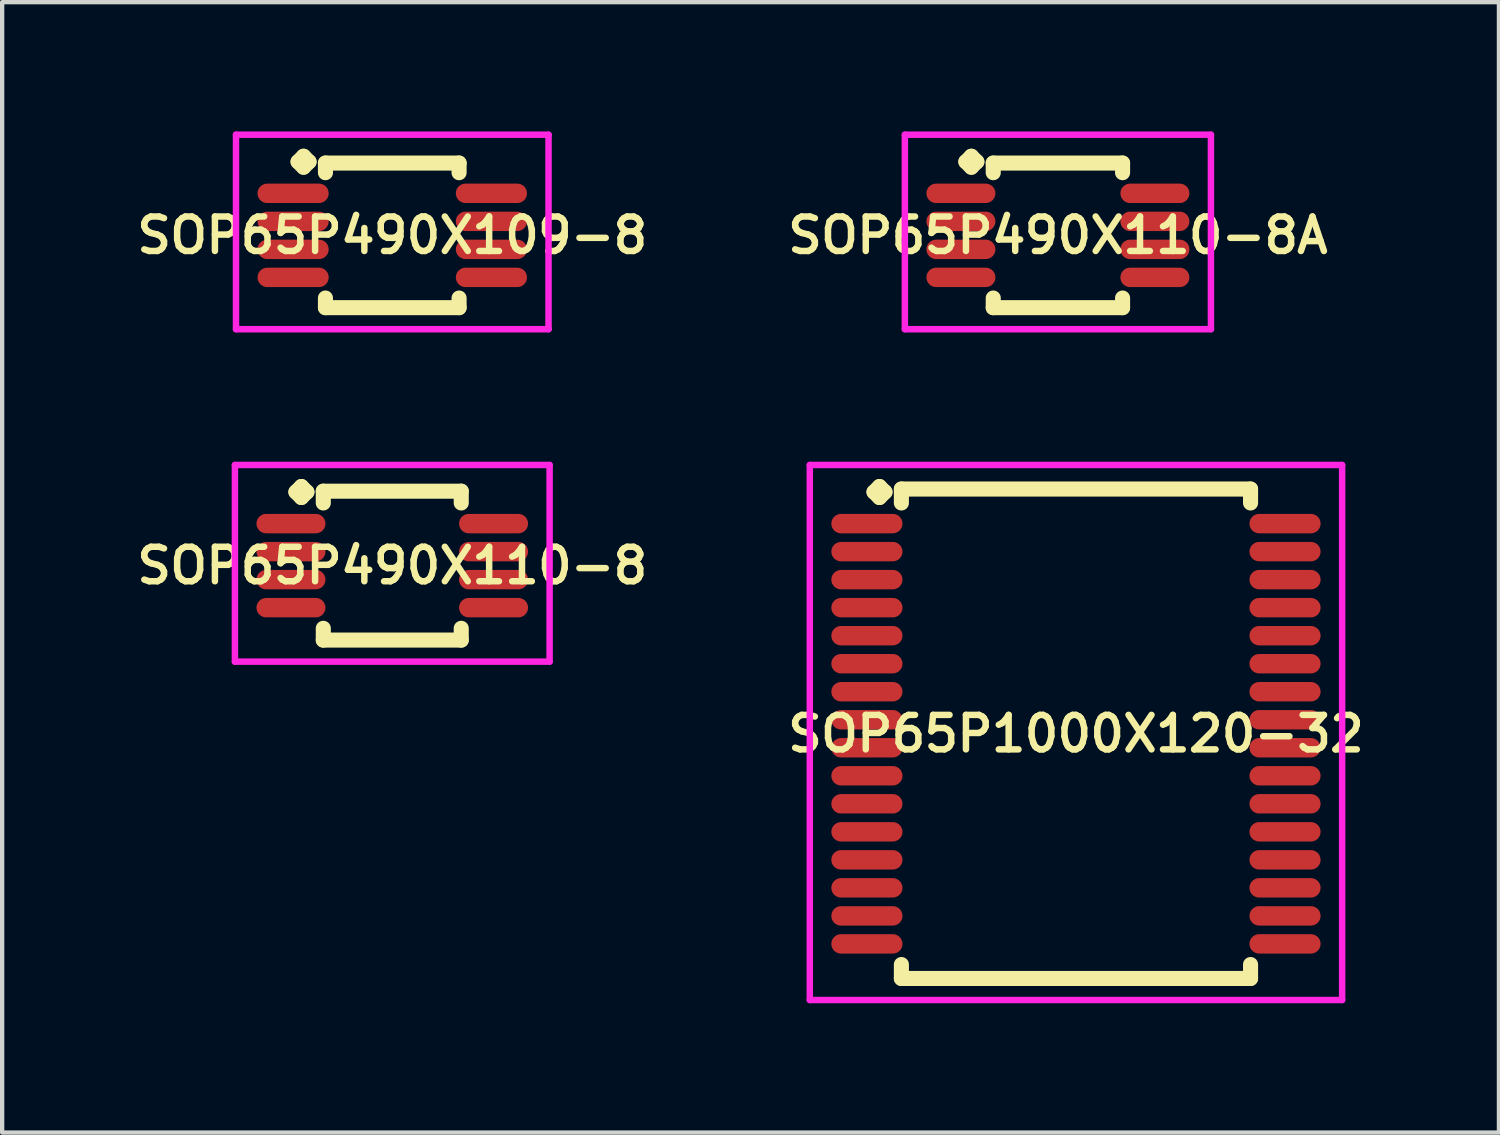
<source format=kicad_pcb>
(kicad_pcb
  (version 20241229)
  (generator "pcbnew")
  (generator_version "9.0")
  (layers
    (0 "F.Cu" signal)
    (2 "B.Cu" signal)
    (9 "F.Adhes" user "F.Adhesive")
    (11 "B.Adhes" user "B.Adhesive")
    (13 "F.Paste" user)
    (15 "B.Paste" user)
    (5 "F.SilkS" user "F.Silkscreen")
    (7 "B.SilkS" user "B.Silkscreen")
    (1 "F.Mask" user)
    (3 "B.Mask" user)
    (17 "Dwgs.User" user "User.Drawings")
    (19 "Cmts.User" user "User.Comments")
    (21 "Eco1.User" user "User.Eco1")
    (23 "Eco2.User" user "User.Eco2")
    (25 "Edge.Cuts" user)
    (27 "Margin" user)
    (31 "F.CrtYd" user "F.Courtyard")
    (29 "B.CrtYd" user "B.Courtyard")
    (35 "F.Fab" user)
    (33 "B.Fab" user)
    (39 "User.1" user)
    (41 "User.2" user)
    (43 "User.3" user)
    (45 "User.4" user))
  (footprint "SOP65P490X109-8"
    (layer "F.Cu")
    (at 6.05 2.41)
    (property "Reference" "SOP65P490X109-8" (at 0 0 0) (layer "F.SilkS") (effects (font (size 0.8 0.8) (thickness 0.15))))
    (attr smd)
    (fp_line (start -2.185 -1.708) (end -2.058 -1.835) (stroke (width 0.35) (type solid)) (layer "F.SilkS"))
    (fp_line (start -2.058 -1.835) (end -1.931 -1.708) (stroke (width 0.35) (type solid)) (layer "F.SilkS"))
    (fp_line (start -2.058 -1.581) (end -2.185 -1.708) (stroke (width 0.35) (type solid)) (layer "F.SilkS"))
    (fp_line (start -1.931 -1.708) (end -2.058 -1.581) (stroke (width 0.35) (type solid)) (layer "F.SilkS"))
    (fp_line (start -1.55 -1.677) (end 1.55 -1.677) (stroke (width 0.35) (type solid)) (layer "F.SilkS"))
    (fp_line (start -1.55 -1.454) (end -1.55 -1.677) (stroke (width 0.35) (type solid)) (layer "F.SilkS"))
    (fp_line (start -1.55 1.454) (end -1.55 1.677) (stroke (width 0.35) (type solid)) (layer "F.SilkS"))
    (fp_line (start -1.55 1.677) (end 1.55 1.677) (stroke (width 0.35) (type solid)) (layer "F.SilkS"))
    (fp_line (start 1.55 -1.677) (end 1.55 -1.454) (stroke (width 0.35) (type solid)) (layer "F.SilkS"))
    (fp_line (start 1.55 1.677) (end 1.55 1.454) (stroke (width 0.35) (type solid)) (layer "F.SilkS"))
    (fp_line (start -3.625 -2.335) (end 3.625 -2.335) (stroke (width 0.15) (type solid)) (layer "F.CrtYd"))
    (fp_line (start -3.625 2.177) (end -3.625 -2.335) (stroke (width 0.15) (type solid)) (layer "F.CrtYd"))
    (fp_line (start 3.625 -2.335) (end 3.625 2.177) (stroke (width 0.15) (type solid)) (layer "F.CrtYd"))
    (fp_line (start 3.625 2.177) (end -3.625 2.177) (stroke (width 0.15) (type solid)) (layer "F.CrtYd"))
    (pad "1" smd oval (at -2.3 -0.975) (size 1.65 0.45) (layers "F.Cu" "F.Mask" "F.Paste"))
    (pad "2" smd oval (at -2.3 -0.325) (size 1.65 0.45) (layers "F.Cu" "F.Mask" "F.Paste"))
    (pad "3" smd oval (at -2.3 0.325) (size 1.65 0.45) (layers "F.Cu" "F.Mask" "F.Paste"))
    (pad "4" smd oval (at -2.3 0.975) (size 1.65 0.45) (layers "F.Cu" "F.Mask" "F.Paste"))
    (pad "5" smd oval (at 2.3 0.975) (size 1.65 0.45) (layers "F.Cu" "F.Mask" "F.Paste"))
    (pad "6" smd oval (at 2.3 0.325) (size 1.65 0.45) (layers "F.Cu" "F.Mask" "F.Paste"))
    (pad "7" smd oval (at 2.3 -0.325) (size 1.65 0.45) (layers "F.Cu" "F.Mask" "F.Paste"))
    (pad "8" smd oval (at 2.3 -0.975) (size 1.65 0.45) (layers "F.Cu" "F.Mask" "F.Paste")))
  (footprint "SOP65P490X110-8"
    (layer "F.Cu")
    (at 6.05 10.072)
    (property "Reference" "SOP65P490X110-8" (at 0 0 0) (layer "F.SilkS") (effects (font (size 0.8 0.8) (thickness 0.15))))
    (attr smd)
    (fp_line (start -2.235 -1.708) (end -2.108 -1.835) (stroke (width 0.35) (type solid)) (layer "F.SilkS"))
    (fp_line (start -2.108 -1.835) (end -1.981 -1.708) (stroke (width 0.35) (type solid)) (layer "F.SilkS"))
    (fp_line (start -2.108 -1.581) (end -2.235 -1.708) (stroke (width 0.35) (type solid)) (layer "F.SilkS"))
    (fp_line (start -1.981 -1.708) (end -2.108 -1.581) (stroke (width 0.35) (type solid)) (layer "F.SilkS"))
    (fp_line (start -1.6 -1.727) (end 1.6 -1.727) (stroke (width 0.35) (type solid)) (layer "F.SilkS"))
    (fp_line (start -1.6 -1.454) (end -1.6 -1.727) (stroke (width 0.35) (type solid)) (layer "F.SilkS"))
    (fp_line (start -1.6 1.454) (end -1.6 1.727) (stroke (width 0.35) (type solid)) (layer "F.SilkS"))
    (fp_line (start -1.6 1.727) (end 1.6 1.727) (stroke (width 0.35) (type solid)) (layer "F.SilkS"))
    (fp_line (start 1.6 -1.727) (end 1.6 -1.454) (stroke (width 0.35) (type solid)) (layer "F.SilkS"))
    (fp_line (start 1.6 1.727) (end 1.6 1.454) (stroke (width 0.35) (type solid)) (layer "F.SilkS"))
    (fp_line (start -3.65 -2.335) (end 3.65 -2.335) (stroke (width 0.15) (type solid)) (layer "F.CrtYd"))
    (fp_line (start -3.65 2.227) (end -3.65 -2.335) (stroke (width 0.15) (type solid)) (layer "F.CrtYd"))
    (fp_line (start 3.65 -2.335) (end 3.65 2.227) (stroke (width 0.15) (type solid)) (layer "F.CrtYd"))
    (fp_line (start 3.65 2.227) (end -3.65 2.227) (stroke (width 0.15) (type solid)) (layer "F.CrtYd"))
    (pad "1" smd oval (at -2.35 -0.975) (size 1.6 0.45) (layers "F.Cu" "F.Mask" "F.Paste"))
    (pad "2" smd oval (at -2.35 -0.325) (size 1.6 0.45) (layers "F.Cu" "F.Mask" "F.Paste"))
    (pad "3" smd oval (at -2.35 0.325) (size 1.6 0.45) (layers "F.Cu" "F.Mask" "F.Paste"))
    (pad "4" smd oval (at -2.35 0.975) (size 1.6 0.45) (layers "F.Cu" "F.Mask" "F.Paste"))
    (pad "5" smd oval (at 2.35 0.975) (size 1.6 0.45) (layers "F.Cu" "F.Mask" "F.Paste"))
    (pad "6" smd oval (at 2.35 0.325) (size 1.6 0.45) (layers "F.Cu" "F.Mask" "F.Paste"))
    (pad "7" smd oval (at 2.35 -0.325) (size 1.6 0.45) (layers "F.Cu" "F.Mask" "F.Paste"))
    (pad "8" smd oval (at 2.35 -0.975) (size 1.6 0.45) (layers "F.Cu" "F.Mask" "F.Paste")))
  (footprint "SOP65P1000X120-32"
    (layer "F.Cu")
    (at 21.911 13.972)
    (property "Reference" "SOP65P1000X120-32" (at 0 0 0) (layer "F.SilkS") (effects (font (size 0.8 0.8) (thickness 0.15))))
    (attr through_hole)
    (fp_line (start -4.685 -5.608) (end -4.558 -5.735) (stroke (width 0.35) (type solid)) (layer "F.SilkS"))
    (fp_line (start -4.558 -5.735) (end -4.431 -5.608) (stroke (width 0.35) (type solid)) (layer "F.SilkS"))
    (fp_line (start -4.558 -5.481) (end -4.685 -5.608) (stroke (width 0.35) (type solid)) (layer "F.SilkS"))
    (fp_line (start -4.431 -5.608) (end -4.558 -5.481) (stroke (width 0.35) (type solid)) (layer "F.SilkS"))
    (fp_line (start -4.05 -5.677) (end 4.05 -5.677) (stroke (width 0.35) (type solid)) (layer "F.SilkS"))
    (fp_line (start -4.05 -5.354) (end -4.05 -5.677) (stroke (width 0.35) (type solid)) (layer "F.SilkS"))
    (fp_line (start -4.05 5.354) (end -4.05 5.677) (stroke (width 0.35) (type solid)) (layer "F.SilkS"))
    (fp_line (start -4.05 5.677) (end 4.05 5.677) (stroke (width 0.35) (type solid)) (layer "F.SilkS"))
    (fp_line (start 4.05 -5.677) (end 4.05 -5.354) (stroke (width 0.35) (type solid)) (layer "F.SilkS"))
    (fp_line (start 4.05 5.677) (end 4.05 5.354) (stroke (width 0.35) (type solid)) (layer "F.SilkS"))
    (fp_line (start -6.175 -6.235) (end 6.175 -6.235) (stroke (width 0.15) (type solid)) (layer "F.CrtYd"))
    (fp_line (start -6.175 6.177) (end -6.175 -6.235) (stroke (width 0.15) (type solid)) (layer "F.CrtYd"))
    (fp_line (start 6.175 -6.235) (end 6.175 6.177) (stroke (width 0.15) (type solid)) (layer "F.CrtYd"))
    (fp_line (start 6.175 6.177) (end -6.175 6.177) (stroke (width 0.15) (type solid)) (layer "F.CrtYd"))
    (pad "1" smd oval (at -4.85 -4.875) (size 1.65 0.45) (layers "F.Cu" "F.Mask" "F.Paste"))
    (pad "2" smd oval (at -4.85 -4.225) (size 1.65 0.45) (layers "F.Cu" "F.Mask" "F.Paste"))
    (pad "3" smd oval (at -4.85 -3.575) (size 1.65 0.45) (layers "F.Cu" "F.Mask" "F.Paste"))
    (pad "4" smd oval (at -4.85 -2.925) (size 1.65 0.45) (layers "F.Cu" "F.Mask" "F.Paste"))
    (pad "5" smd oval (at -4.85 -2.275) (size 1.65 0.45) (layers "F.Cu" "F.Mask" "F.Paste"))
    (pad "6" smd oval (at -4.85 -1.625) (size 1.65 0.45) (layers "F.Cu" "F.Mask" "F.Paste"))
    (pad "7" smd oval (at -4.85 -0.975) (size 1.65 0.45) (layers "F.Cu" "F.Mask" "F.Paste"))
    (pad "8" smd oval (at -4.85 -0.325) (size 1.65 0.45) (layers "F.Cu" "F.Mask" "F.Paste"))
    (pad "9" smd oval (at -4.85 0.325) (size 1.65 0.45) (layers "F.Cu" "F.Mask" "F.Paste"))
    (pad "10" smd oval (at -4.85 0.975) (size 1.65 0.45) (layers "F.Cu" "F.Mask" "F.Paste"))
    (pad "11" smd oval (at -4.85 1.625) (size 1.65 0.45) (layers "F.Cu" "F.Mask" "F.Paste"))
    (pad "12" smd oval (at -4.85 2.275) (size 1.65 0.45) (layers "F.Cu" "F.Mask" "F.Paste"))
    (pad "13" smd oval (at -4.85 2.925) (size 1.65 0.45) (layers "F.Cu" "F.Mask" "F.Paste"))
    (pad "14" smd oval (at -4.85 3.575) (size 1.65 0.45) (layers "F.Cu" "F.Mask" "F.Paste"))
    (pad "15" smd oval (at -4.85 4.225) (size 1.65 0.45) (layers "F.Cu" "F.Mask" "F.Paste"))
    (pad "16" smd oval (at -4.85 4.875) (size 1.65 0.45) (layers "F.Cu" "F.Mask" "F.Paste"))
    (pad "17" smd oval (at 4.85 4.875) (size 1.65 0.45) (layers "F.Cu" "F.Mask" "F.Paste"))
    (pad "18" smd oval (at 4.85 4.225) (size 1.65 0.45) (layers "F.Cu" "F.Mask" "F.Paste"))
    (pad "19" smd oval (at 4.85 3.575) (size 1.65 0.45) (layers "F.Cu" "F.Mask" "F.Paste"))
    (pad "20" smd oval (at 4.85 2.925) (size 1.65 0.45) (layers "F.Cu" "F.Mask" "F.Paste"))
    (pad "21" smd oval (at 4.85 2.275) (size 1.65 0.45) (layers "F.Cu" "F.Mask" "F.Paste"))
    (pad "22" smd oval (at 4.85 1.625) (size 1.65 0.45) (layers "F.Cu" "F.Mask" "F.Paste"))
    (pad "23" smd oval (at 4.85 0.975) (size 1.65 0.45) (layers "F.Cu" "F.Mask" "F.Paste"))
    (pad "24" smd oval (at 4.85 0.325) (size 1.65 0.45) (layers "F.Cu" "F.Mask" "F.Paste"))
    (pad "25" smd oval (at 4.85 -0.325) (size 1.65 0.45) (layers "F.Cu" "F.Mask" "F.Paste"))
    (pad "26" smd oval (at 4.85 -0.975) (size 1.65 0.45) (layers "F.Cu" "F.Mask" "F.Paste"))
    (pad "27" smd oval (at 4.85 -1.625) (size 1.65 0.45) (layers "F.Cu" "F.Mask" "F.Paste"))
    (pad "28" smd oval (at 4.85 -2.275) (size 1.65 0.45) (layers "F.Cu" "F.Mask" "F.Paste"))
    (pad "29" smd oval (at 4.85 -2.925) (size 1.65 0.45) (layers "F.Cu" "F.Mask" "F.Paste"))
    (pad "30" smd oval (at 4.85 -3.575) (size 1.65 0.45) (layers "F.Cu" "F.Mask" "F.Paste"))
    (pad "31" smd oval (at 4.85 -4.225) (size 1.65 0.45) (layers "F.Cu" "F.Mask" "F.Paste"))
    (pad "32" smd oval (at 4.85 -4.875) (size 1.65 0.45) (layers "F.Cu" "F.Mask" "F.Paste")))
  (footprint "SOP65P490X110-8A"
    (layer "F.Cu")
    (at 21.492 2.41)
    (property "Reference" "SOP65P490X110-8A" (at 0 0 0) (layer "F.SilkS") (effects (font (size 0.8 0.8) (thickness 0.15))))
    (attr through_hole)
    (fp_line (start -2.135 -1.708) (end -2.008 -1.835) (stroke (width 0.35) (type solid)) (layer "F.SilkS"))
    (fp_line (start -2.008 -1.835) (end -1.881 -1.708) (stroke (width 0.35) (type solid)) (layer "F.SilkS"))
    (fp_line (start -2.008 -1.581) (end -2.135 -1.708) (stroke (width 0.35) (type solid)) (layer "F.SilkS"))
    (fp_line (start -1.881 -1.708) (end -2.008 -1.581) (stroke (width 0.35) (type solid)) (layer "F.SilkS"))
    (fp_line (start -1.5 -1.677) (end 1.5 -1.677) (stroke (width 0.35) (type solid)) (layer "F.SilkS"))
    (fp_line (start -1.5 -1.454) (end -1.5 -1.677) (stroke (width 0.35) (type solid)) (layer "F.SilkS"))
    (fp_line (start -1.5 1.454) (end -1.5 1.677) (stroke (width 0.35) (type solid)) (layer "F.SilkS"))
    (fp_line (start -1.5 1.677) (end 1.5 1.677) (stroke (width 0.35) (type solid)) (layer "F.SilkS"))
    (fp_line (start 1.5 -1.677) (end 1.5 -1.454) (stroke (width 0.35) (type solid)) (layer "F.SilkS"))
    (fp_line (start 1.5 1.677) (end 1.5 1.454) (stroke (width 0.35) (type solid)) (layer "F.SilkS"))
    (fp_line (start -3.55 -2.335) (end 3.55 -2.335) (stroke (width 0.15) (type solid)) (layer "F.CrtYd"))
    (fp_line (start -3.55 2.177) (end -3.55 -2.335) (stroke (width 0.15) (type solid)) (layer "F.CrtYd"))
    (fp_line (start 3.55 -2.335) (end 3.55 2.177) (stroke (width 0.15) (type solid)) (layer "F.CrtYd"))
    (fp_line (start 3.55 2.177) (end -3.55 2.177) (stroke (width 0.15) (type solid)) (layer "F.CrtYd"))
    (pad "1" smd oval (at -2.25 -0.975) (size 1.6 0.45) (layers "F.Cu" "F.Mask" "F.Paste"))
    (pad "2" smd oval (at -2.25 -0.325) (size 1.6 0.45) (layers "F.Cu" "F.Mask" "F.Paste"))
    (pad "3" smd oval (at -2.25 0.325) (size 1.6 0.45) (layers "F.Cu" "F.Mask" "F.Paste"))
    (pad "4" smd oval (at -2.25 0.975) (size 1.6 0.45) (layers "F.Cu" "F.Mask" "F.Paste"))
    (pad "5" smd oval (at 2.25 0.975) (size 1.6 0.45) (layers "F.Cu" "F.Mask" "F.Paste"))
    (pad "6" smd oval (at 2.25 0.325) (size 1.6 0.45) (layers "F.Cu" "F.Mask" "F.Paste"))
    (pad "7" smd oval (at 2.25 -0.325) (size 1.6 0.45) (layers "F.Cu" "F.Mask" "F.Paste"))
    (pad "8" smd oval (at 2.25 -0.975) (size 1.6 0.45) (layers "F.Cu" "F.Mask" "F.Paste")))
  (gr_rect
    (start -3 -3)
    (end 31.723 23.224)
    (stroke (width 0.1) (type default))
    (fill no)
    (layer "Edge.Cuts")))
</source>
